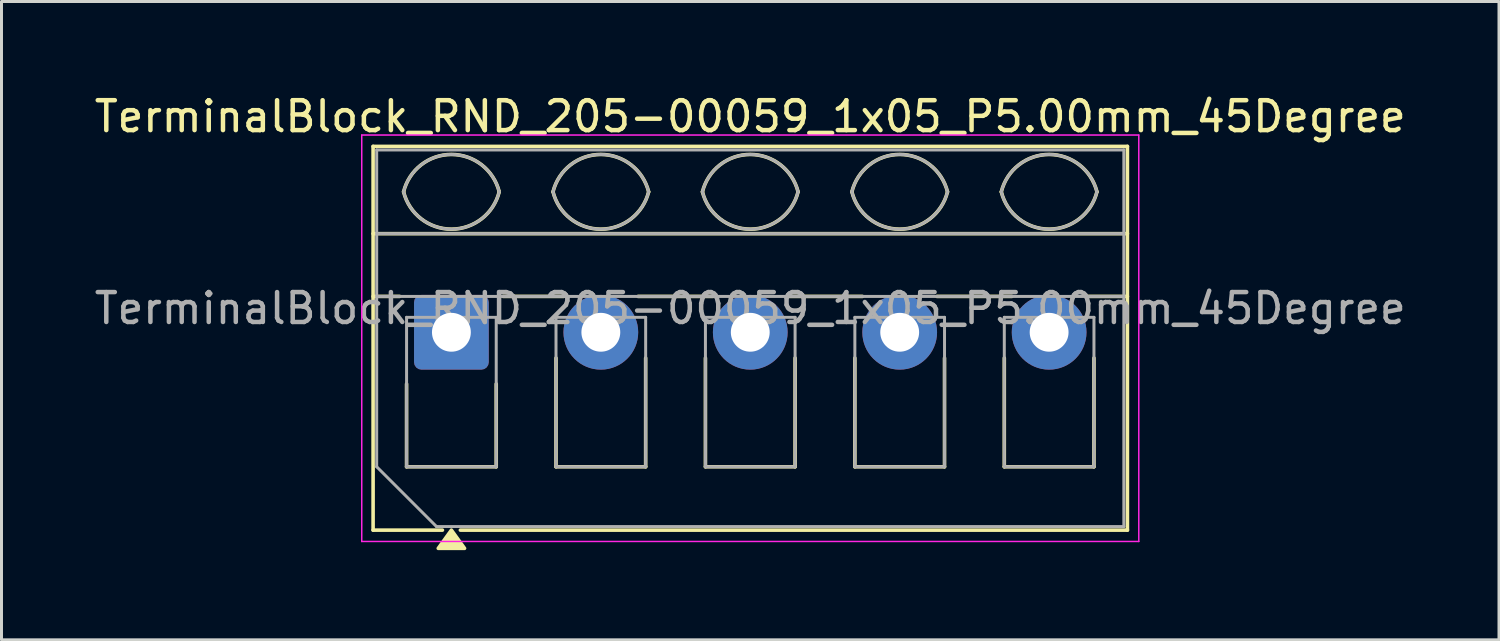
<source format=kicad_pcb>
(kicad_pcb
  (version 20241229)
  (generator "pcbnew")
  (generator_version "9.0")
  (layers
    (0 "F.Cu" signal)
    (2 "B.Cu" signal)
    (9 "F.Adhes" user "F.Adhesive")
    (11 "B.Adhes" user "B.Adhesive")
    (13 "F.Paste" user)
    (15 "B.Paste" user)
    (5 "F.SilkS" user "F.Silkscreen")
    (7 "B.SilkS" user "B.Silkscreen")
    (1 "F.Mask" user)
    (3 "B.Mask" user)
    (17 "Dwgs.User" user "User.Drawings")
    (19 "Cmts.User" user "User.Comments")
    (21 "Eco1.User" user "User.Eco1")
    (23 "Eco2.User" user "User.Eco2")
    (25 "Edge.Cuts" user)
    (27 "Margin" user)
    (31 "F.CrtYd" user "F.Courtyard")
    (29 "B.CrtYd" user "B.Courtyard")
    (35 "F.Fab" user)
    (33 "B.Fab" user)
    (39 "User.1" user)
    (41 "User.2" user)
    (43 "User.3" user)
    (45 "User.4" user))
  (footprint "TerminalBlock_RND_205-00059_1x05_P5.00mm_45Degree"
    (layer "F.Cu")
    (at 12.054 8.068)
    (property "Reference" "TerminalBlock_RND_205-00059_1x05_P5.00mm_45Degree" (at 10 -7.22 0) (layer "F.SilkS") (effects (font (size 1 1) (thickness 0.15))))
    (attr through_hole)
    (fp_line (start -2.62 -6.22) (end -2.62 6.62) (stroke (width 0.12) (type solid)) (layer "F.SilkS"))
    (fp_line (start -2.62 -6.22) (end 22.62 -6.22) (stroke (width 0.12) (type solid)) (layer "F.SilkS"))
    (fp_line (start -2.62 -3.3) (end 22.62 -3.3) (stroke (width 0.12) (type solid)) (layer "F.SilkS"))
    (fp_line (start -2.62 -1.2) (end -1.73 -1.2) (stroke (width 0.12) (type solid)) (layer "F.SilkS"))
    (fp_line (start -2.62 6.62) (end -0.3 6.62) (stroke (width 0.12) (type solid)) (layer "F.SilkS"))
    (fp_line (start -1.5 1.73) (end -1.5 4.5) (stroke (width 0.12) (type solid)) (layer "F.SilkS"))
    (fp_line (start -1.5 4.5) (end 1.5 4.5) (stroke (width 0.12) (type solid)) (layer "F.SilkS"))
    (fp_line (start 0.3 6.62) (end 22.62 6.62) (stroke (width 0.12) (type solid)) (layer "F.SilkS"))
    (fp_line (start 1.5 1.73) (end 1.5 4.5) (stroke (width 0.12) (type solid)) (layer "F.SilkS"))
    (fp_line (start 1.73 -1.2) (end 3.754 -1.2) (stroke (width 0.12) (type solid)) (layer "F.SilkS"))
    (fp_line (start 3.5 0.862) (end 3.5 4.5) (stroke (width 0.12) (type solid)) (layer "F.SilkS"))
    (fp_line (start 3.5 4.5) (end 6.5 4.5) (stroke (width 0.12) (type solid)) (layer "F.SilkS"))
    (fp_line (start 6.246 -1.2) (end 8.754 -1.2) (stroke (width 0.12) (type solid)) (layer "F.SilkS"))
    (fp_line (start 6.5 0.862) (end 6.5 4.5) (stroke (width 0.12) (type solid)) (layer "F.SilkS"))
    (fp_line (start 8.5 0.862) (end 8.5 4.5) (stroke (width 0.12) (type solid)) (layer "F.SilkS"))
    (fp_line (start 8.5 4.5) (end 11.5 4.5) (stroke (width 0.12) (type solid)) (layer "F.SilkS"))
    (fp_line (start 11.246 -1.2) (end 13.754 -1.2) (stroke (width 0.12) (type solid)) (layer "F.SilkS"))
    (fp_line (start 11.5 0.862) (end 11.5 4.5) (stroke (width 0.12) (type solid)) (layer "F.SilkS"))
    (fp_line (start 13.5 0.862) (end 13.5 4.5) (stroke (width 0.12) (type solid)) (layer "F.SilkS"))
    (fp_line (start 13.5 4.5) (end 16.5 4.5) (stroke (width 0.12) (type solid)) (layer "F.SilkS"))
    (fp_line (start 16.246 -1.2) (end 18.754 -1.2) (stroke (width 0.12) (type solid)) (layer "F.SilkS"))
    (fp_line (start 16.5 0.862) (end 16.5 4.5) (stroke (width 0.12) (type solid)) (layer "F.SilkS"))
    (fp_line (start 18.5 0.862) (end 18.5 4.5) (stroke (width 0.12) (type solid)) (layer "F.SilkS"))
    (fp_line (start 18.5 4.5) (end 21.5 4.5) (stroke (width 0.12) (type solid)) (layer "F.SilkS"))
    (fp_line (start 21.246 -1.2) (end 22.62 -1.2) (stroke (width 0.12) (type solid)) (layer "F.SilkS"))
    (fp_line (start 21.5 0.862) (end 21.5 4.5) (stroke (width 0.12) (type solid)) (layer "F.SilkS"))
    (fp_line (start 22.62 -6.22) (end 22.62 6.62) (stroke (width 0.12) (type solid)) (layer "F.SilkS"))
    (fp_arc (start -1.6 -4.7) (mid 0 -5.95) (end 1.6 -4.7) (stroke (width 0.12) (type solid)) (layer "F.SilkS"))
    (fp_arc (start 1.6 -4.7) (mid 0 -3.45) (end -1.6 -4.7) (stroke (width 0.12) (type solid)) (layer "F.SilkS"))
    (fp_arc (start 3.4 -4.7) (mid 5 -5.95) (end 6.6 -4.7) (stroke (width 0.12) (type solid)) (layer "F.SilkS"))
    (fp_arc (start 6.6 -4.7) (mid 5 -3.45) (end 3.4 -4.7) (stroke (width 0.12) (type solid)) (layer "F.SilkS"))
    (fp_arc (start 8.4 -4.7) (mid 10 -5.95) (end 11.6 -4.7) (stroke (width 0.12) (type solid)) (layer "F.SilkS"))
    (fp_arc (start 11.6 -4.7) (mid 10 -3.45) (end 8.4 -4.7) (stroke (width 0.12) (type solid)) (layer "F.SilkS"))
    (fp_arc (start 13.4 -4.7) (mid 15 -5.95) (end 16.6 -4.7) (stroke (width 0.12) (type solid)) (layer "F.SilkS"))
    (fp_arc (start 16.6 -4.7) (mid 15 -3.45) (end 13.4 -4.7) (stroke (width 0.12) (type solid)) (layer "F.SilkS"))
    (fp_arc (start 18.4 -4.7) (mid 20 -5.95) (end 21.6 -4.7) (stroke (width 0.12) (type solid)) (layer "F.SilkS"))
    (fp_arc (start 21.6 -4.7) (mid 20 -3.45) (end 18.4 -4.7) (stroke (width 0.12) (type solid)) (layer "F.SilkS"))
    (fp_poly (pts (xy 0 6.62) (xy 0.44 7.23) (xy -0.44 7.23)) (stroke (width 0.12) (type solid)) (fill yes) (layer "F.SilkS"))
    (fp_line (start -3 -6.6) (end -3 7) (stroke (width 0.05) (type solid)) (layer "F.CrtYd"))
    (fp_line (start -3 7) (end 23 7) (stroke (width 0.05) (type solid)) (layer "F.CrtYd"))
    (fp_line (start 23 -6.6) (end -3 -6.6) (stroke (width 0.05) (type solid)) (layer "F.CrtYd"))
    (fp_line (start 23 7) (end 23 -6.6) (stroke (width 0.05) (type solid)) (layer "F.CrtYd"))
    (fp_line (start -2.5 -6.1) (end 22.5 -6.1) (stroke (width 0.1) (type solid)) (layer "F.Fab"))
    (fp_line (start -2.5 -3.3) (end 22.5 -3.3) (stroke (width 0.1) (type solid)) (layer "F.Fab"))
    (fp_line (start -2.5 -1.2) (end 22.5 -1.2) (stroke (width 0.1) (type solid)) (layer "F.Fab"))
    (fp_line (start -2.5 4.5) (end -2.5 -6.1) (stroke (width 0.1) (type solid)) (layer "F.Fab"))
    (fp_line (start -1.5 -0.5) (end -1.5 4.5) (stroke (width 0.1) (type solid)) (layer "F.Fab"))
    (fp_line (start -1.5 4.5) (end 1.5 4.5) (stroke (width 0.1) (type solid)) (layer "F.Fab"))
    (fp_line (start -0.5 6.5) (end -2.5 4.5) (stroke (width 0.1) (type solid)) (layer "F.Fab"))
    (fp_line (start 1.5 -0.5) (end -1.5 -0.5) (stroke (width 0.1) (type solid)) (layer "F.Fab"))
    (fp_line (start 1.5 4.5) (end 1.5 -0.5) (stroke (width 0.1) (type solid)) (layer "F.Fab"))
    (fp_line (start 3.5 -0.5) (end 3.5 4.5) (stroke (width 0.1) (type solid)) (layer "F.Fab"))
    (fp_line (start 3.5 4.5) (end 6.5 4.5) (stroke (width 0.1) (type solid)) (layer "F.Fab"))
    (fp_line (start 6.5 -0.5) (end 3.5 -0.5) (stroke (width 0.1) (type solid)) (layer "F.Fab"))
    (fp_line (start 6.5 4.5) (end 6.5 -0.5) (stroke (width 0.1) (type solid)) (layer "F.Fab"))
    (fp_line (start 8.5 -0.5) (end 8.5 4.5) (stroke (width 0.1) (type solid)) (layer "F.Fab"))
    (fp_line (start 8.5 4.5) (end 11.5 4.5) (stroke (width 0.1) (type solid)) (layer "F.Fab"))
    (fp_line (start 11.5 -0.5) (end 8.5 -0.5) (stroke (width 0.1) (type solid)) (layer "F.Fab"))
    (fp_line (start 11.5 4.5) (end 11.5 -0.5) (stroke (width 0.1) (type solid)) (layer "F.Fab"))
    (fp_line (start 13.5 -0.5) (end 13.5 4.5) (stroke (width 0.1) (type solid)) (layer "F.Fab"))
    (fp_line (start 13.5 4.5) (end 16.5 4.5) (stroke (width 0.1) (type solid)) (layer "F.Fab"))
    (fp_line (start 16.5 -0.5) (end 13.5 -0.5) (stroke (width 0.1) (type solid)) (layer "F.Fab"))
    (fp_line (start 16.5 4.5) (end 16.5 -0.5) (stroke (width 0.1) (type solid)) (layer "F.Fab"))
    (fp_line (start 18.5 -0.5) (end 18.5 4.5) (stroke (width 0.1) (type solid)) (layer "F.Fab"))
    (fp_line (start 18.5 4.5) (end 21.5 4.5) (stroke (width 0.1) (type solid)) (layer "F.Fab"))
    (fp_line (start 21.5 -0.5) (end 18.5 -0.5) (stroke (width 0.1) (type solid)) (layer "F.Fab"))
    (fp_line (start 21.5 4.5) (end 21.5 -0.5) (stroke (width 0.1) (type solid)) (layer "F.Fab"))
    (fp_line (start 22.5 -6.1) (end 22.5 6.5) (stroke (width 0.1) (type solid)) (layer "F.Fab"))
    (fp_line (start 22.5 6.5) (end -0.5 6.5) (stroke (width 0.1) (type solid)) (layer "F.Fab"))
    (fp_arc (start -1.6 -4.7) (mid 0 -5.95) (end 1.6 -4.7) (stroke (width 0.1) (type solid)) (layer "F.Fab"))
    (fp_arc (start 1.6 -4.7) (mid 0 -3.45) (end -1.6 -4.7) (stroke (width 0.1) (type solid)) (layer "F.Fab"))
    (fp_arc (start 3.4 -4.7) (mid 5 -5.95) (end 6.6 -4.7) (stroke (width 0.1) (type solid)) (layer "F.Fab"))
    (fp_arc (start 6.6 -4.7) (mid 5 -3.45) (end 3.4 -4.7) (stroke (width 0.1) (type solid)) (layer "F.Fab"))
    (fp_arc (start 8.4 -4.7) (mid 10 -5.95) (end 11.6 -4.7) (stroke (width 0.1) (type solid)) (layer "F.Fab"))
    (fp_arc (start 11.6 -4.7) (mid 10 -3.45) (end 8.4 -4.7) (stroke (width 0.1) (type solid)) (layer "F.Fab"))
    (fp_arc (start 13.4 -4.7) (mid 15 -5.95) (end 16.6 -4.7) (stroke (width 0.1) (type solid)) (layer "F.Fab"))
    (fp_arc (start 16.6 -4.7) (mid 15 -3.45) (end 13.4 -4.7) (stroke (width 0.1) (type solid)) (layer "F.Fab"))
    (fp_arc (start 18.4 -4.7) (mid 20 -5.95) (end 21.6 -4.7) (stroke (width 0.1) (type solid)) (layer "F.Fab"))
    (fp_arc (start 21.6 -4.7) (mid 20 -3.45) (end 18.4 -4.7) (stroke (width 0.1) (type solid)) (layer "F.Fab"))
    (fp_text user "${REFERENCE}" (at 10 -0.8 0) (layer "F.Fab") (effects (font (size 1 1) (thickness 0.15))))
    (pad "1" thru_hole roundrect (at 0 0) (size 2.5 2.5) (drill 1.3) (layers "*.Cu" "*.Mask") (roundrect_rratio 0.1))
    (pad "2" thru_hole circle (at 5 0) (size 2.5 2.5) (drill 1.3) (layers "*.Cu" "*.Mask"))
    (pad "3" thru_hole circle (at 10 0) (size 2.5 2.5) (drill 1.3) (layers "*.Cu" "*.Mask"))
    (pad "4" thru_hole circle (at 15 0) (size 2.5 2.5) (drill 1.3) (layers "*.Cu" "*.Mask"))
    (pad "5" thru_hole circle (at 20 0) (size 2.5 2.5) (drill 1.3) (layers "*.Cu" "*.Mask")))
  (gr_rect
    (start -3 -3)
    (end 47.107 18.358)
    (stroke (width 0.1) (type default))
    (fill no)
    (layer "Edge.Cuts")))
</source>
